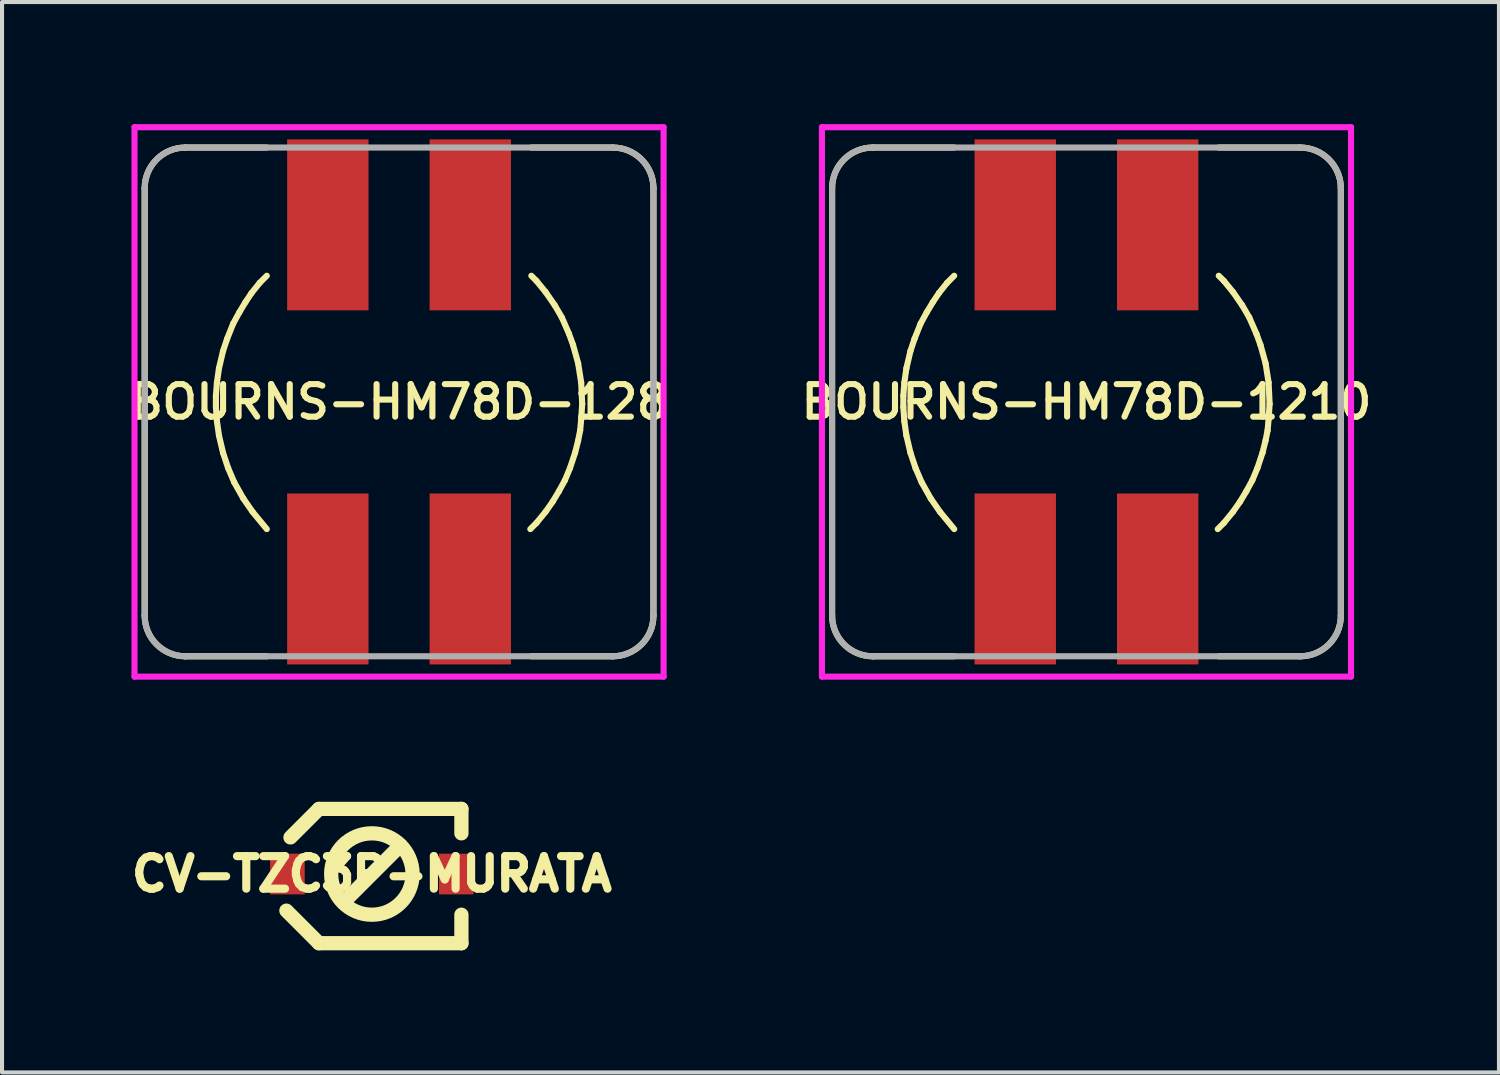
<source format=kicad_pcb>
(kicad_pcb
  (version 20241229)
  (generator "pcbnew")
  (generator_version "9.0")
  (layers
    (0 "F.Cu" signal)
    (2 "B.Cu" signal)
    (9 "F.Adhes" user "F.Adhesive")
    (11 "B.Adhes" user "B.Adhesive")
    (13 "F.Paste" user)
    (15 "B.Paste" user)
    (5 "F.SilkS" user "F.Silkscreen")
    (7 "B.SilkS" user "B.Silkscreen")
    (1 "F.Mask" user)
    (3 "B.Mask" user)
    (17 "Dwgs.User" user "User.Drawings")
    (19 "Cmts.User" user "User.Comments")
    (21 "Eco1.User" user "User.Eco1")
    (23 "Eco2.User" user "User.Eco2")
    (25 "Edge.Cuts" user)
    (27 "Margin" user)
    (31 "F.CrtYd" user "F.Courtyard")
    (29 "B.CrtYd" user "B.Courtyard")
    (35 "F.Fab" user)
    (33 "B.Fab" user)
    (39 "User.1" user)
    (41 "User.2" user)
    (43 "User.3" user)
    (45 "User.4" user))
  (footprint "CV-TZC3P-MURATA"
    (layer "F.Cu")
    (at 6.087 18.425)
    (property "Reference" "CV-TZC3P-MURATA" (at 0 0 0) (layer "F.SilkS") (effects (font (size 0.8 0.8) (thickness 0.2))))
    (attr through_hole)
    (fp_line (start -1.3 -1.6) (end -2 -0.9) (stroke (width 0.35) (type solid)) (layer "F.SilkS"))
    (fp_line (start -1.3 -1.6) (end 2.2 -1.6) (stroke (width 0.35) (type solid)) (layer "F.SilkS"))
    (fp_line (start -1.3 1.7) (end -2.1 0.9) (stroke (width 0.35) (type solid)) (layer "F.SilkS"))
    (fp_line (start -1.3 1.7) (end 2.2 1.7) (stroke (width 0.35) (type solid)) (layer "F.SilkS"))
    (fp_line (start 0.7 -0.7) (end -0.7 0.7) (stroke (width 0.35) (type solid)) (layer "F.SilkS"))
    (fp_line (start 2.2 -1.6) (end 2.2 -1) (stroke (width 0.35) (type solid)) (layer "F.SilkS"))
    (fp_line (start 2.2 1.7) (end 2.2 1) (stroke (width 0.35) (type solid)) (layer "F.SilkS"))
    (fp_circle (center 0 0) (end 1 0) (stroke (width 0.35) (type solid)) (fill no) (layer "F.SilkS"))
    (pad "1" smd rect (at -2.075 0) (size 0.85 1) (layers "F.Cu" "F.Mask" "F.Paste"))
    (pad "2" smd rect (at 2.075 0) (size 0.85 1) (layers "F.Cu" "F.Mask" "F.Paste")))
  (footprint "BOURNS-HM78D-128"
    (layer "F.Cu")
    (at 6.755 6.825)
    (property "Reference" "BOURNS-HM78D-128" (at 0 0 0) (layer "F.SilkS") (effects (font (size 0.8 0.8) (thickness 0.15))))
    (attr through_hole)
    (fp_line (start -6.25 -5.25) (end -6.25 5.25) (stroke (width 0.15) (type solid)) (layer "F.SilkS"))
    (fp_line (start -5.25 6.25) (end -3.25 6.25) (stroke (width 0.15) (type solid)) (layer "F.SilkS"))
    (fp_line (start -4.5 -0.15) (end -4.5 0.125) (stroke (width 0.15) (type solid)) (layer "F.SilkS"))
    (fp_line (start -4.5 0.125) (end -4.475 0.475) (stroke (width 0.15) (type solid)) (layer "F.SilkS"))
    (fp_line (start -4.475 -0.475) (end -4.5 -0.15) (stroke (width 0.15) (type solid)) (layer "F.SilkS"))
    (fp_line (start -4.475 0.475) (end -4.425 0.825) (stroke (width 0.15) (type solid)) (layer "F.SilkS"))
    (fp_line (start -4.425 -0.825) (end -4.475 -0.475) (stroke (width 0.15) (type solid)) (layer "F.SilkS"))
    (fp_line (start -4.425 0.825) (end -4.325 1.25) (stroke (width 0.15) (type solid)) (layer "F.SilkS"))
    (fp_line (start -4.325 -1.25) (end -4.425 -0.825) (stroke (width 0.15) (type solid)) (layer "F.SilkS"))
    (fp_line (start -4.325 1.25) (end -4.2 1.625) (stroke (width 0.15) (type solid)) (layer "F.SilkS"))
    (fp_line (start -4.225 -1.55) (end -4.325 -1.25) (stroke (width 0.15) (type solid)) (layer "F.SilkS"))
    (fp_line (start -4.2 1.625) (end -4.05 1.975) (stroke (width 0.15) (type solid)) (layer "F.SilkS"))
    (fp_line (start -4.075 -1.925) (end -4.225 -1.55) (stroke (width 0.15) (type solid)) (layer "F.SilkS"))
    (fp_line (start -4.05 1.975) (end -3.825 2.375) (stroke (width 0.15) (type solid)) (layer "F.SilkS"))
    (fp_line (start -3.925 -2.2) (end -4.075 -1.925) (stroke (width 0.15) (type solid)) (layer "F.SilkS"))
    (fp_line (start -3.825 2.375) (end -3.6 2.7) (stroke (width 0.15) (type solid)) (layer "F.SilkS"))
    (fp_line (start -3.775 -2.45) (end -3.925 -2.2) (stroke (width 0.15) (type solid)) (layer "F.SilkS"))
    (fp_line (start -3.625 -2.675) (end -3.775 -2.45) (stroke (width 0.15) (type solid)) (layer "F.SilkS"))
    (fp_line (start -3.6 2.7) (end -3.25 3.125) (stroke (width 0.15) (type solid)) (layer "F.SilkS"))
    (fp_line (start -3.425 -2.925) (end -3.625 -2.675) (stroke (width 0.15) (type solid)) (layer "F.SilkS"))
    (fp_line (start -3.25 -6.25) (end -5.25 -6.25) (stroke (width 0.15) (type solid)) (layer "F.SilkS"))
    (fp_line (start -3.25 -3.1) (end -3.425 -2.925) (stroke (width 0.15) (type solid)) (layer "F.SilkS"))
    (fp_line (start 3.225 3.125) (end 3.375 2.975) (stroke (width 0.15) (type solid)) (layer "F.SilkS"))
    (fp_line (start 3.25 6.25) (end 5.25 6.25) (stroke (width 0.15) (type solid)) (layer "F.SilkS"))
    (fp_line (start 3.375 -2.975) (end 3.25 -3.1) (stroke (width 0.15) (type solid)) (layer "F.SilkS"))
    (fp_line (start 3.375 2.975) (end 3.6 2.7) (stroke (width 0.15) (type solid)) (layer "F.SilkS"))
    (fp_line (start 3.6 -2.7) (end 3.375 -2.975) (stroke (width 0.15) (type solid)) (layer "F.SilkS"))
    (fp_line (start 3.6 2.7) (end 3.775 2.45) (stroke (width 0.15) (type solid)) (layer "F.SilkS"))
    (fp_line (start 3.775 2.45) (end 3.925 2.2) (stroke (width 0.15) (type solid)) (layer "F.SilkS"))
    (fp_line (start 3.825 -2.375) (end 3.6 -2.7) (stroke (width 0.15) (type solid)) (layer "F.SilkS"))
    (fp_line (start 3.925 2.2) (end 4.075 1.925) (stroke (width 0.15) (type solid)) (layer "F.SilkS"))
    (fp_line (start 4 -2.075) (end 3.825 -2.375) (stroke (width 0.15) (type solid)) (layer "F.SilkS"))
    (fp_line (start 4.075 1.925) (end 4.2 1.625) (stroke (width 0.15) (type solid)) (layer "F.SilkS"))
    (fp_line (start 4.175 -1.675) (end 4 -2.075) (stroke (width 0.15) (type solid)) (layer "F.SilkS"))
    (fp_line (start 4.2 1.625) (end 4.325 1.25) (stroke (width 0.15) (type solid)) (layer "F.SilkS"))
    (fp_line (start 4.275 -1.4) (end 4.175 -1.675) (stroke (width 0.15) (type solid)) (layer "F.SilkS"))
    (fp_line (start 4.325 1.25) (end 4.4 0.95) (stroke (width 0.15) (type solid)) (layer "F.SilkS"))
    (fp_line (start 4.4 -0.95) (end 4.275 -1.4) (stroke (width 0.15) (type solid)) (layer "F.SilkS"))
    (fp_line (start 4.4 0.95) (end 4.45 0.7) (stroke (width 0.15) (type solid)) (layer "F.SilkS"))
    (fp_line (start 4.45 0.7) (end 4.475 0.425) (stroke (width 0.15) (type solid)) (layer "F.SilkS"))
    (fp_line (start 4.475 -0.475) (end 4.4 -0.95) (stroke (width 0.15) (type solid)) (layer "F.SilkS"))
    (fp_line (start 4.475 0.425) (end 4.5 0.05) (stroke (width 0.15) (type solid)) (layer "F.SilkS"))
    (fp_line (start 4.5 0.05) (end 4.475 -0.475) (stroke (width 0.15) (type solid)) (layer "F.SilkS"))
    (fp_line (start 5.25 -6.25) (end 3.25 -6.25) (stroke (width 0.15) (type solid)) (layer "F.SilkS"))
    (fp_line (start 6.25 5.25) (end 6.25 -5.25) (stroke (width 0.15) (type solid)) (layer "F.SilkS"))
    (fp_arc (start -6.25 -5.25) (mid -5.957107 -5.957107) (end -5.25 -6.25) (stroke (width 0.15) (type solid)) (layer "F.SilkS"))
    (fp_arc (start -5.25 6.25) (mid -5.957107 5.957107) (end -6.25 5.25) (stroke (width 0.15) (type solid)) (layer "F.SilkS"))
    (fp_arc (start 5.25 -6.25) (mid 5.957107 -5.957107) (end 6.25 -5.25) (stroke (width 0.15) (type solid)) (layer "F.SilkS"))
    (fp_arc (start 6.25 5.25) (mid 5.957107 5.957107) (end 5.25 6.25) (stroke (width 0.15) (type solid)) (layer "F.SilkS"))
    (fp_line (start -6.5 -6.75) (end 6.5 -6.75) (stroke (width 0.15) (type solid)) (layer "F.CrtYd"))
    (fp_line (start -6.5 6.75) (end -6.5 -6.75) (stroke (width 0.15) (type solid)) (layer "F.CrtYd"))
    (fp_line (start 6.5 -6.75) (end 6.5 6.75) (stroke (width 0.15) (type solid)) (layer "F.CrtYd"))
    (fp_line (start 6.5 6.75) (end -6.5 6.75) (stroke (width 0.15) (type solid)) (layer "F.CrtYd"))
    (fp_line (start -6.25 -5.25) (end -6.25 5.25) (stroke (width 0.15) (type solid)) (layer "F.Fab"))
    (fp_line (start -5.25 6.25) (end 5.25 6.25) (stroke (width 0.15) (type solid)) (layer "F.Fab"))
    (fp_line (start 5.25 -6.25) (end -5.25 -6.25) (stroke (width 0.15) (type solid)) (layer "F.Fab"))
    (fp_line (start 6.25 5.25) (end 6.25 -5.25) (stroke (width 0.15) (type solid)) (layer "F.Fab"))
    (fp_arc (start -6.25 -5.25) (mid -5.957107 -5.957107) (end -5.25 -6.25) (stroke (width 0.15) (type solid)) (layer "F.Fab"))
    (fp_arc (start -5.25 6.25) (mid -5.957107 5.957107) (end -6.25 5.25) (stroke (width 0.15) (type solid)) (layer "F.Fab"))
    (fp_arc (start 5.25 -6.25) (mid 5.957107 -5.957107) (end 6.25 -5.25) (stroke (width 0.15) (type solid)) (layer "F.Fab"))
    (fp_arc (start 6.25 5.25) (mid 5.957107 5.957107) (end 5.25 6.25) (stroke (width 0.15) (type solid)) (layer "F.Fab"))
    (pad "1" smd rect (at 1.75 -4.35) (size 2 4.2) (layers "F.Cu" "F.Mask" "F.Paste"))
    (pad "2" smd rect (at 1.75 4.35) (size 2 4.2) (layers "F.Cu" "F.Mask" "F.Paste"))
    (pad "3" smd rect (at -1.75 -4.35) (size 2 4.2) (layers "F.Cu" "F.Mask" "F.Paste"))
    (pad "4" smd rect (at -1.75 4.35) (size 2 4.2) (layers "F.Cu" "F.Mask" "F.Paste")))
  (footprint "BOURNS-HM78D-1210"
    (layer "F.Cu")
    (at 23.645 6.825)
    (property "Reference" "BOURNS-HM78D-1210" (at 0 0 0) (layer "F.SilkS") (effects (font (size 0.8 0.8) (thickness 0.15))))
    (attr through_hole)
    (fp_line (start -6.25 -5.25) (end -6.25 5.25) (stroke (width 0.15) (type solid)) (layer "F.SilkS"))
    (fp_line (start -5.25 6.25) (end -3.25 6.25) (stroke (width 0.15) (type solid)) (layer "F.SilkS"))
    (fp_line (start -4.5 -0.15) (end -4.5 0.125) (stroke (width 0.15) (type solid)) (layer "F.SilkS"))
    (fp_line (start -4.5 0.125) (end -4.475 0.475) (stroke (width 0.15) (type solid)) (layer "F.SilkS"))
    (fp_line (start -4.475 -0.475) (end -4.5 -0.15) (stroke (width 0.15) (type solid)) (layer "F.SilkS"))
    (fp_line (start -4.475 0.475) (end -4.425 0.825) (stroke (width 0.15) (type solid)) (layer "F.SilkS"))
    (fp_line (start -4.425 -0.825) (end -4.475 -0.475) (stroke (width 0.15) (type solid)) (layer "F.SilkS"))
    (fp_line (start -4.425 0.825) (end -4.325 1.25) (stroke (width 0.15) (type solid)) (layer "F.SilkS"))
    (fp_line (start -4.325 -1.25) (end -4.425 -0.825) (stroke (width 0.15) (type solid)) (layer "F.SilkS"))
    (fp_line (start -4.325 1.25) (end -4.2 1.625) (stroke (width 0.15) (type solid)) (layer "F.SilkS"))
    (fp_line (start -4.225 -1.55) (end -4.325 -1.25) (stroke (width 0.15) (type solid)) (layer "F.SilkS"))
    (fp_line (start -4.2 1.625) (end -4.05 1.975) (stroke (width 0.15) (type solid)) (layer "F.SilkS"))
    (fp_line (start -4.075 -1.925) (end -4.225 -1.55) (stroke (width 0.15) (type solid)) (layer "F.SilkS"))
    (fp_line (start -4.05 1.975) (end -3.825 2.375) (stroke (width 0.15) (type solid)) (layer "F.SilkS"))
    (fp_line (start -3.925 -2.2) (end -4.075 -1.925) (stroke (width 0.15) (type solid)) (layer "F.SilkS"))
    (fp_line (start -3.825 2.375) (end -3.6 2.7) (stroke (width 0.15) (type solid)) (layer "F.SilkS"))
    (fp_line (start -3.775 -2.45) (end -3.925 -2.2) (stroke (width 0.15) (type solid)) (layer "F.SilkS"))
    (fp_line (start -3.625 -2.675) (end -3.775 -2.45) (stroke (width 0.15) (type solid)) (layer "F.SilkS"))
    (fp_line (start -3.6 2.7) (end -3.25 3.125) (stroke (width 0.15) (type solid)) (layer "F.SilkS"))
    (fp_line (start -3.425 -2.925) (end -3.625 -2.675) (stroke (width 0.15) (type solid)) (layer "F.SilkS"))
    (fp_line (start -3.25 -6.25) (end -5.25 -6.25) (stroke (width 0.15) (type solid)) (layer "F.SilkS"))
    (fp_line (start -3.25 -3.1) (end -3.425 -2.925) (stroke (width 0.15) (type solid)) (layer "F.SilkS"))
    (fp_line (start 3.225 3.125) (end 3.375 2.975) (stroke (width 0.15) (type solid)) (layer "F.SilkS"))
    (fp_line (start 3.25 6.25) (end 5.25 6.25) (stroke (width 0.15) (type solid)) (layer "F.SilkS"))
    (fp_line (start 3.375 -2.975) (end 3.25 -3.1) (stroke (width 0.15) (type solid)) (layer "F.SilkS"))
    (fp_line (start 3.375 2.975) (end 3.6 2.7) (stroke (width 0.15) (type solid)) (layer "F.SilkS"))
    (fp_line (start 3.6 -2.7) (end 3.375 -2.975) (stroke (width 0.15) (type solid)) (layer "F.SilkS"))
    (fp_line (start 3.6 2.7) (end 3.775 2.45) (stroke (width 0.15) (type solid)) (layer "F.SilkS"))
    (fp_line (start 3.775 2.45) (end 3.925 2.2) (stroke (width 0.15) (type solid)) (layer "F.SilkS"))
    (fp_line (start 3.825 -2.375) (end 3.6 -2.7) (stroke (width 0.15) (type solid)) (layer "F.SilkS"))
    (fp_line (start 3.925 2.2) (end 4.075 1.925) (stroke (width 0.15) (type solid)) (layer "F.SilkS"))
    (fp_line (start 4 -2.075) (end 3.825 -2.375) (stroke (width 0.15) (type solid)) (layer "F.SilkS"))
    (fp_line (start 4.075 1.925) (end 4.2 1.625) (stroke (width 0.15) (type solid)) (layer "F.SilkS"))
    (fp_line (start 4.175 -1.675) (end 4 -2.075) (stroke (width 0.15) (type solid)) (layer "F.SilkS"))
    (fp_line (start 4.2 1.625) (end 4.325 1.25) (stroke (width 0.15) (type solid)) (layer "F.SilkS"))
    (fp_line (start 4.275 -1.4) (end 4.175 -1.675) (stroke (width 0.15) (type solid)) (layer "F.SilkS"))
    (fp_line (start 4.325 1.25) (end 4.4 0.95) (stroke (width 0.15) (type solid)) (layer "F.SilkS"))
    (fp_line (start 4.4 -0.95) (end 4.275 -1.4) (stroke (width 0.15) (type solid)) (layer "F.SilkS"))
    (fp_line (start 4.4 0.95) (end 4.45 0.7) (stroke (width 0.15) (type solid)) (layer "F.SilkS"))
    (fp_line (start 4.45 0.7) (end 4.475 0.425) (stroke (width 0.15) (type solid)) (layer "F.SilkS"))
    (fp_line (start 4.475 -0.475) (end 4.4 -0.95) (stroke (width 0.15) (type solid)) (layer "F.SilkS"))
    (fp_line (start 4.475 0.425) (end 4.5 0.05) (stroke (width 0.15) (type solid)) (layer "F.SilkS"))
    (fp_line (start 4.5 0.05) (end 4.475 -0.475) (stroke (width 0.15) (type solid)) (layer "F.SilkS"))
    (fp_line (start 5.25 -6.25) (end 3.25 -6.25) (stroke (width 0.15) (type solid)) (layer "F.SilkS"))
    (fp_line (start 6.25 5.25) (end 6.25 -5.25) (stroke (width 0.15) (type solid)) (layer "F.SilkS"))
    (fp_arc (start -6.25 -5.25) (mid -5.957107 -5.957107) (end -5.25 -6.25) (stroke (width 0.15) (type solid)) (layer "F.SilkS"))
    (fp_arc (start -5.25 6.25) (mid -5.957107 5.957107) (end -6.25 5.25) (stroke (width 0.15) (type solid)) (layer "F.SilkS"))
    (fp_arc (start 5.25 -6.25) (mid 5.957107 -5.957107) (end 6.25 -5.25) (stroke (width 0.15) (type solid)) (layer "F.SilkS"))
    (fp_arc (start 6.25 5.25) (mid 5.957107 5.957107) (end 5.25 6.25) (stroke (width 0.15) (type solid)) (layer "F.SilkS"))
    (fp_line (start -6.5 -6.75) (end -6.5 6.75) (stroke (width 0.15) (type solid)) (layer "F.CrtYd"))
    (fp_line (start -6.5 6.75) (end 6.5 6.75) (stroke (width 0.15) (type solid)) (layer "F.CrtYd"))
    (fp_line (start 6.5 -6.75) (end -6.5 -6.75) (stroke (width 0.15) (type solid)) (layer "F.CrtYd"))
    (fp_line (start 6.5 6.75) (end 6.5 -6.75) (stroke (width 0.15) (type solid)) (layer "F.CrtYd"))
    (fp_line (start -6.25 -5.25) (end -6.25 5.25) (stroke (width 0.15) (type solid)) (layer "F.Fab"))
    (fp_line (start -5.25 6.25) (end 5.25 6.25) (stroke (width 0.15) (type solid)) (layer "F.Fab"))
    (fp_line (start 5.25 -6.25) (end -5.25 -6.25) (stroke (width 0.15) (type solid)) (layer "F.Fab"))
    (fp_line (start 6.25 5.25) (end 6.25 -5.25) (stroke (width 0.15) (type solid)) (layer "F.Fab"))
    (fp_arc (start -6.25 -5.25) (mid -5.957107 -5.957107) (end -5.25 -6.25) (stroke (width 0.15) (type solid)) (layer "F.Fab"))
    (fp_arc (start -5.25 6.25) (mid -5.957107 5.957107) (end -6.25 5.25) (stroke (width 0.15) (type solid)) (layer "F.Fab"))
    (fp_arc (start 5.25 -6.25) (mid 5.957107 -5.957107) (end 6.25 -5.25) (stroke (width 0.15) (type solid)) (layer "F.Fab"))
    (fp_arc (start 6.25 5.25) (mid 5.957107 5.957107) (end 5.25 6.25) (stroke (width 0.15) (type solid)) (layer "F.Fab"))
    (pad "1" smd rect (at 1.75 -4.35) (size 2 4.2) (layers "F.Cu" "F.Mask" "F.Paste"))
    (pad "2" smd rect (at 1.75 4.35) (size 2 4.2) (layers "F.Cu" "F.Mask" "F.Paste"))
    (pad "3" smd rect (at -1.75 -4.35) (size 2 4.2) (layers "F.Cu" "F.Mask" "F.Paste"))
    (pad "4" smd rect (at -1.75 4.35) (size 2 4.2) (layers "F.Cu" "F.Mask" "F.Paste")))
  (gr_rect
    (start -3 -3)
    (end 33.78 23.3)
    (stroke (width 0.1) (type default))
    (fill no)
    (layer "Edge.Cuts")))
</source>
